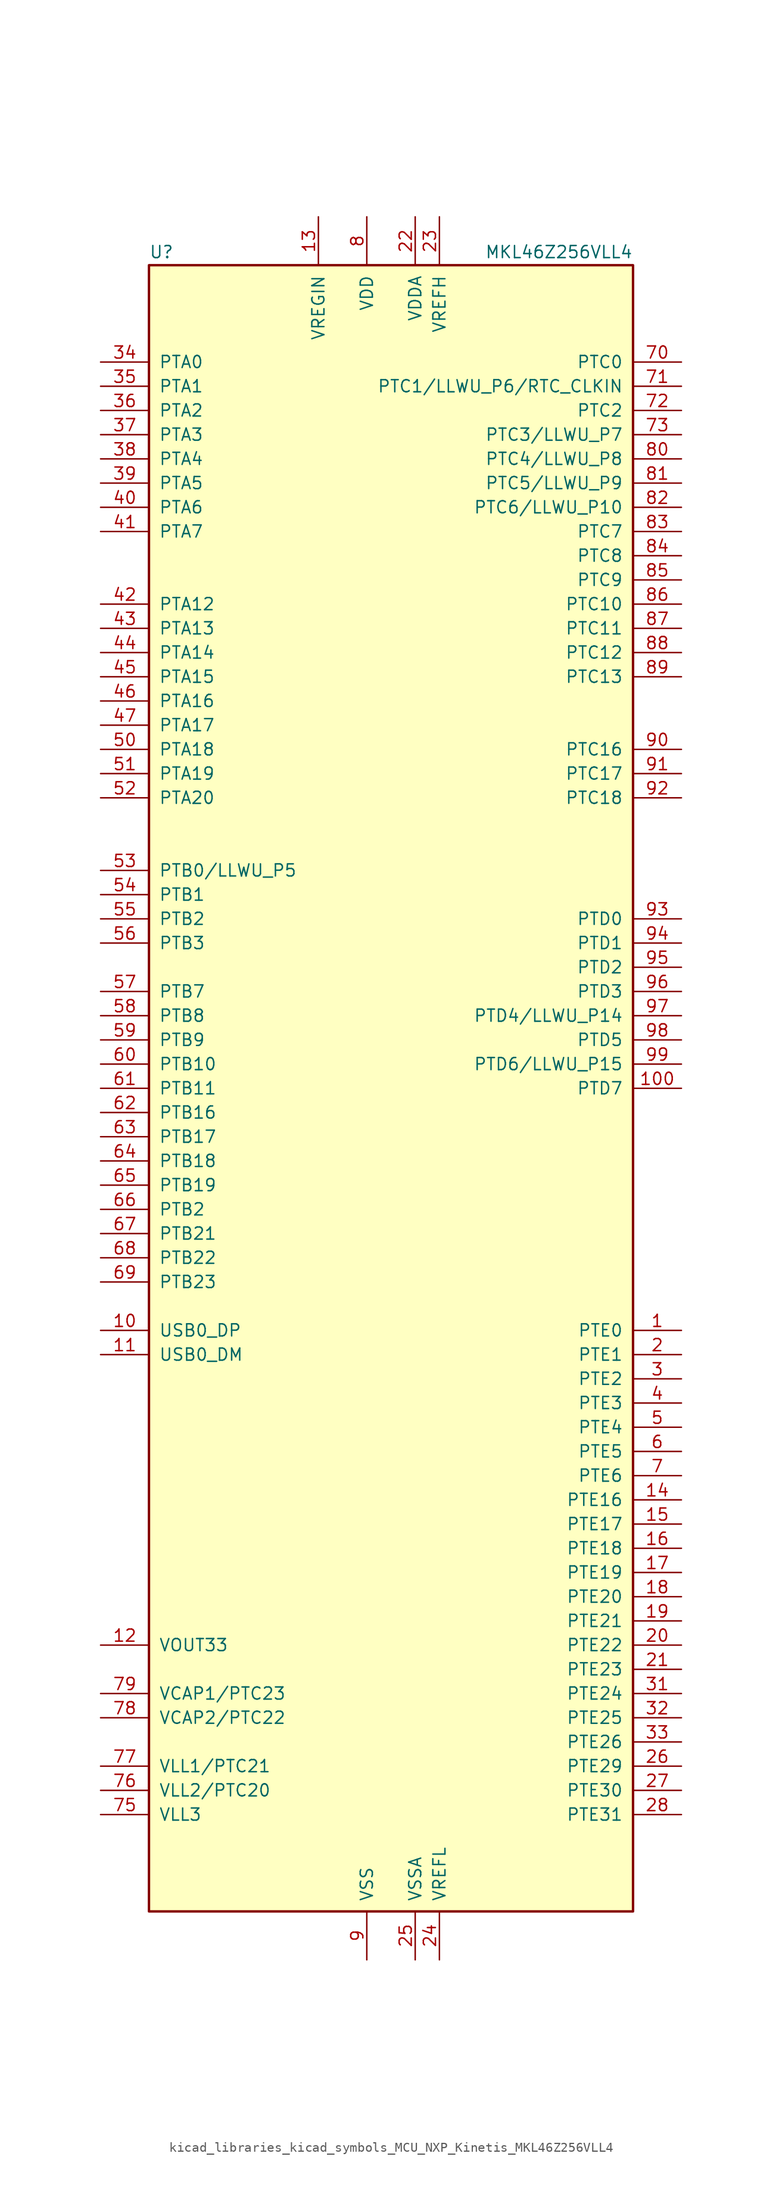
<source format=kicad_sym>
(kicad_symbol_lib
  (version 20220914)
  (generator kicad_symbol_editor)
  (symbol "kicad_libraries_kicad_symbols_MCU_NXP_Kinetis_MKL46Z256VLL4"
    (pin_names
      (offset 1.016))
    (property "Reference" "U"
      (at -25.4 86.995 0)
      (effects (font (size 1.27 1.27)) (justify left bottom)))
    (property "Value" "MKL46Z256VLL4"
      (at 25.4 86.995 0)
      (effects (font (size 1.27 1.27)) (justify right bottom)))
    (symbol "kicad_libraries_kicad_symbols_MCU_NXP_Kinetis_MKL46Z256VLL4_0_1"
      (rectangle (start -25.4 86.36) (end 25.4 -86.36) (stroke (width 0.254) (type default)) (fill (type background))))
    (symbol "kicad_libraries_kicad_symbols_MCU_NXP_Kinetis_MKL46Z256VLL4_1_1"
      (pin bidirectional line (at 30.48 -25.4 180) (length 5.08) (name "PTE0" (effects (font (size 1.27 1.27)))) (number "1" (effects (font (size 1.27 1.27)))))
      (pin bidirectional line (at -30.48 -25.4 0) (length 5.08) (name "USB0_DP" (effects (font (size 1.27 1.27)))) (number "10" (effects (font (size 1.27 1.27)))))
      (pin bidirectional line (at 30.48 0 180) (length 5.08) (name "PTD7" (effects (font (size 1.27 1.27)))) (number "100" (effects (font (size 1.27 1.27)))))
      (pin bidirectional line (at -30.48 -27.94 0) (length 5.08) (name "USB0_DM" (effects (font (size 1.27 1.27)))) (number "11" (effects (font (size 1.27 1.27)))))
      (pin power_out line (at -30.48 -58.42 0) (length 5.08) (name "VOUT33" (effects (font (size 1.27 1.27)))) (number "12" (effects (font (size 1.27 1.27)))))
      (pin power_in line (at -7.62 91.44 270) (length 5.08) (name "VREGIN" (effects (font (size 1.27 1.27)))) (number "13" (effects (font (size 1.27 1.27)))))
      (pin bidirectional line (at 30.48 -43.18 180) (length 5.08) (name "PTE16" (effects (font (size 1.27 1.27)))) (number "14" (effects (font (size 1.27 1.27)))))
      (pin bidirectional line (at 30.48 -45.72 180) (length 5.08) (name "PTE17" (effects (font (size 1.27 1.27)))) (number "15" (effects (font (size 1.27 1.27)))))
      (pin bidirectional line (at 30.48 -48.26 180) (length 5.08) (name "PTE18" (effects (font (size 1.27 1.27)))) (number "16" (effects (font (size 1.27 1.27)))))
      (pin bidirectional line (at 30.48 -50.8 180) (length 5.08) (name "PTE19" (effects (font (size 1.27 1.27)))) (number "17" (effects (font (size 1.27 1.27)))))
      (pin bidirectional line (at 30.48 -53.34 180) (length 5.08) (name "PTE20" (effects (font (size 1.27 1.27)))) (number "18" (effects (font (size 1.27 1.27)))))
      (pin bidirectional line (at 30.48 -55.88 180) (length 5.08) (name "PTE21" (effects (font (size 1.27 1.27)))) (number "19" (effects (font (size 1.27 1.27)))))
      (pin bidirectional line (at 30.48 -27.94 180) (length 5.08) (name "PTE1" (effects (font (size 1.27 1.27)))) (number "2" (effects (font (size 1.27 1.27)))))
      (pin bidirectional line (at 30.48 -58.42 180) (length 5.08) (name "PTE22" (effects (font (size 1.27 1.27)))) (number "20" (effects (font (size 1.27 1.27)))))
      (pin bidirectional line (at 30.48 -60.96 180) (length 5.08) (name "PTE23" (effects (font (size 1.27 1.27)))) (number "21" (effects (font (size 1.27 1.27)))))
      (pin power_in line (at 2.54 91.44 270) (length 5.08) (name "VDDA" (effects (font (size 1.27 1.27)))) (number "22" (effects (font (size 1.27 1.27)))))
      (pin power_in line (at 5.08 91.44 270) (length 5.08) (name "VREFH" (effects (font (size 1.27 1.27)))) (number "23" (effects (font (size 1.27 1.27)))))
      (pin power_in line (at 5.08 -91.44 90) (length 5.08) (name "VREFL" (effects (font (size 1.27 1.27)))) (number "24" (effects (font (size 1.27 1.27)))))
      (pin power_in line (at 2.54 -91.44 90) (length 5.08) (name "VSSA" (effects (font (size 1.27 1.27)))) (number "25" (effects (font (size 1.27 1.27)))))
      (pin bidirectional line (at 30.48 -71.12 180) (length 5.08) (name "PTE29" (effects (font (size 1.27 1.27)))) (number "26" (effects (font (size 1.27 1.27)))))
      (pin bidirectional line (at 30.48 -73.66 180) (length 5.08) (name "PTE30" (effects (font (size 1.27 1.27)))) (number "27" (effects (font (size 1.27 1.27)))))
      (pin bidirectional line (at 30.48 -76.2 180) (length 5.08) (name "PTE31" (effects (font (size 1.27 1.27)))) (number "28" (effects (font (size 1.27 1.27)))))
      (pin passive line (at -2.54 -91.44 90) (length 5.08) hide (name "VSS" (effects (font (size 1.27 1.27)))) (number "29" (effects (font (size 1.27 1.27)))))
      (pin bidirectional line (at 30.48 -30.48 180) (length 5.08) (name "PTE2" (effects (font (size 1.27 1.27)))) (number "3" (effects (font (size 1.27 1.27)))))
      (pin passive line (at -2.54 91.44 270) (length 5.08) hide (name "VDD" (effects (font (size 1.27 1.27)))) (number "30" (effects (font (size 1.27 1.27)))))
      (pin bidirectional line (at 30.48 -63.5 180) (length 5.08) (name "PTE24" (effects (font (size 1.27 1.27)))) (number "31" (effects (font (size 1.27 1.27)))))
      (pin bidirectional line (at 30.48 -66.04 180) (length 5.08) (name "PTE25" (effects (font (size 1.27 1.27)))) (number "32" (effects (font (size 1.27 1.27)))))
      (pin bidirectional line (at 30.48 -68.58 180) (length 5.08) (name "PTE26" (effects (font (size 1.27 1.27)))) (number "33" (effects (font (size 1.27 1.27)))))
      (pin bidirectional line (at -30.48 76.2 0) (length 5.08) (name "PTA0" (effects (font (size 1.27 1.27)))) (number "34" (effects (font (size 1.27 1.27)))))
      (pin bidirectional line (at -30.48 73.66 0) (length 5.08) (name "PTA1" (effects (font (size 1.27 1.27)))) (number "35" (effects (font (size 1.27 1.27)))))
      (pin bidirectional line (at -30.48 71.12 0) (length 5.08) (name "PTA2" (effects (font (size 1.27 1.27)))) (number "36" (effects (font (size 1.27 1.27)))))
      (pin bidirectional line (at -30.48 68.58 0) (length 5.08) (name "PTA3" (effects (font (size 1.27 1.27)))) (number "37" (effects (font (size 1.27 1.27)))))
      (pin bidirectional line (at -30.48 66.04 0) (length 5.08) (name "PTA4" (effects (font (size 1.27 1.27)))) (number "38" (effects (font (size 1.27 1.27)))))
      (pin bidirectional line (at -30.48 63.5 0) (length 5.08) (name "PTA5" (effects (font (size 1.27 1.27)))) (number "39" (effects (font (size 1.27 1.27)))))
      (pin bidirectional line (at 30.48 -33.02 180) (length 5.08) (name "PTE3" (effects (font (size 1.27 1.27)))) (number "4" (effects (font (size 1.27 1.27)))))
      (pin bidirectional line (at -30.48 60.96 0) (length 5.08) (name "PTA6" (effects (font (size 1.27 1.27)))) (number "40" (effects (font (size 1.27 1.27)))))
      (pin bidirectional line (at -30.48 58.42 0) (length 5.08) (name "PTA7" (effects (font (size 1.27 1.27)))) (number "41" (effects (font (size 1.27 1.27)))))
      (pin bidirectional line (at -30.48 50.8 0) (length 5.08) (name "PTA12" (effects (font (size 1.27 1.27)))) (number "42" (effects (font (size 1.27 1.27)))))
      (pin bidirectional line (at -30.48 48.26 0) (length 5.08) (name "PTA13" (effects (font (size 1.27 1.27)))) (number "43" (effects (font (size 1.27 1.27)))))
      (pin bidirectional line (at -30.48 45.72 0) (length 5.08) (name "PTA14" (effects (font (size 1.27 1.27)))) (number "44" (effects (font (size 1.27 1.27)))))
      (pin bidirectional line (at -30.48 43.18 0) (length 5.08) (name "PTA15" (effects (font (size 1.27 1.27)))) (number "45" (effects (font (size 1.27 1.27)))))
      (pin bidirectional line (at -30.48 40.64 0) (length 5.08) (name "PTA16" (effects (font (size 1.27 1.27)))) (number "46" (effects (font (size 1.27 1.27)))))
      (pin bidirectional line (at -30.48 38.1 0) (length 5.08) (name "PTA17" (effects (font (size 1.27 1.27)))) (number "47" (effects (font (size 1.27 1.27)))))
      (pin passive line (at -2.54 91.44 270) (length 5.08) hide (name "VDD" (effects (font (size 1.27 1.27)))) (number "48" (effects (font (size 1.27 1.27)))))
      (pin passive line (at -2.54 -91.44 90) (length 5.08) hide (name "VSS" (effects (font (size 1.27 1.27)))) (number "49" (effects (font (size 1.27 1.27)))))
      (pin bidirectional line (at 30.48 -35.56 180) (length 5.08) (name "PTE4" (effects (font (size 1.27 1.27)))) (number "5" (effects (font (size 1.27 1.27)))))
      (pin bidirectional line (at -30.48 35.56 0) (length 5.08) (name "PTA18" (effects (font (size 1.27 1.27)))) (number "50" (effects (font (size 1.27 1.27)))))
      (pin bidirectional line (at -30.48 33.02 0) (length 5.08) (name "PTA19" (effects (font (size 1.27 1.27)))) (number "51" (effects (font (size 1.27 1.27)))))
      (pin bidirectional line (at -30.48 30.48 0) (length 5.08) (name "PTA20" (effects (font (size 1.27 1.27)))) (number "52" (effects (font (size 1.27 1.27)))))
      (pin bidirectional line (at -30.48 22.86 0) (length 5.08) (name "PTB0/LLWU_P5" (effects (font (size 1.27 1.27)))) (number "53" (effects (font (size 1.27 1.27)))))
      (pin bidirectional line (at -30.48 20.32 0) (length 5.08) (name "PTB1" (effects (font (size 1.27 1.27)))) (number "54" (effects (font (size 1.27 1.27)))))
      (pin bidirectional line (at -30.48 17.78 0) (length 5.08) (name "PTB2" (effects (font (size 1.27 1.27)))) (number "55" (effects (font (size 1.27 1.27)))))
      (pin bidirectional line (at -30.48 15.24 0) (length 5.08) (name "PTB3" (effects (font (size 1.27 1.27)))) (number "56" (effects (font (size 1.27 1.27)))))
      (pin bidirectional line (at -30.48 10.16 0) (length 5.08) (name "PTB7" (effects (font (size 1.27 1.27)))) (number "57" (effects (font (size 1.27 1.27)))))
      (pin bidirectional line (at -30.48 7.62 0) (length 5.08) (name "PTB8" (effects (font (size 1.27 1.27)))) (number "58" (effects (font (size 1.27 1.27)))))
      (pin bidirectional line (at -30.48 5.08 0) (length 5.08) (name "PTB9" (effects (font (size 1.27 1.27)))) (number "59" (effects (font (size 1.27 1.27)))))
      (pin bidirectional line (at 30.48 -38.1 180) (length 5.08) (name "PTE5" (effects (font (size 1.27 1.27)))) (number "6" (effects (font (size 1.27 1.27)))))
      (pin bidirectional line (at -30.48 2.54 0) (length 5.08) (name "PTB10" (effects (font (size 1.27 1.27)))) (number "60" (effects (font (size 1.27 1.27)))))
      (pin bidirectional line (at -30.48 0 0) (length 5.08) (name "PTB11" (effects (font (size 1.27 1.27)))) (number "61" (effects (font (size 1.27 1.27)))))
      (pin bidirectional line (at -30.48 -2.54 0) (length 5.08) (name "PTB16" (effects (font (size 1.27 1.27)))) (number "62" (effects (font (size 1.27 1.27)))))
      (pin bidirectional line (at -30.48 -5.08 0) (length 5.08) (name "PTB17" (effects (font (size 1.27 1.27)))) (number "63" (effects (font (size 1.27 1.27)))))
      (pin bidirectional line (at -30.48 -7.62 0) (length 5.08) (name "PTB18" (effects (font (size 1.27 1.27)))) (number "64" (effects (font (size 1.27 1.27)))))
      (pin bidirectional line (at -30.48 -10.16 0) (length 5.08) (name "PTB19" (effects (font (size 1.27 1.27)))) (number "65" (effects (font (size 1.27 1.27)))))
      (pin bidirectional line (at -30.48 -12.7 0) (length 5.08) (name "PTB2" (effects (font (size 1.27 1.27)))) (number "66" (effects (font (size 1.27 1.27)))))
      (pin bidirectional line (at -30.48 -15.24 0) (length 5.08) (name "PTB21" (effects (font (size 1.27 1.27)))) (number "67" (effects (font (size 1.27 1.27)))))
      (pin bidirectional line (at -30.48 -17.78 0) (length 5.08) (name "PTB22" (effects (font (size 1.27 1.27)))) (number "68" (effects (font (size 1.27 1.27)))))
      (pin bidirectional line (at -30.48 -20.32 0) (length 5.08) (name "PTB23" (effects (font (size 1.27 1.27)))) (number "69" (effects (font (size 1.27 1.27)))))
      (pin bidirectional line (at 30.48 -40.64 180) (length 5.08) (name "PTE6" (effects (font (size 1.27 1.27)))) (number "7" (effects (font (size 1.27 1.27)))))
      (pin bidirectional line (at 30.48 76.2 180) (length 5.08) (name "PTC0" (effects (font (size 1.27 1.27)))) (number "70" (effects (font (size 1.27 1.27)))))
      (pin bidirectional line (at 30.48 73.66 180) (length 5.08) (name "PTC1/LLWU_P6/RTC_CLKIN" (effects (font (size 1.27 1.27)))) (number "71" (effects (font (size 1.27 1.27)))))
      (pin bidirectional line (at 30.48 71.12 180) (length 5.08) (name "PTC2" (effects (font (size 1.27 1.27)))) (number "72" (effects (font (size 1.27 1.27)))))
      (pin bidirectional line (at 30.48 68.58 180) (length 5.08) (name "PTC3/LLWU_P7" (effects (font (size 1.27 1.27)))) (number "73" (effects (font (size 1.27 1.27)))))
      (pin passive line (at -2.54 -91.44 90) (length 5.08) hide (name "VSS" (effects (font (size 1.27 1.27)))) (number "74" (effects (font (size 1.27 1.27)))))
      (pin power_out line (at -30.48 -76.2 0) (length 5.08) (name "VLL3" (effects (font (size 1.27 1.27)))) (number "75" (effects (font (size 1.27 1.27)))))
      (pin power_out line (at -30.48 -73.66 0) (length 5.08) (name "VLL2/PTC20" (effects (font (size 1.27 1.27)))) (number "76" (effects (font (size 1.27 1.27)))))
      (pin power_out line (at -30.48 -71.12 0) (length 5.08) (name "VLL1/PTC21" (effects (font (size 1.27 1.27)))) (number "77" (effects (font (size 1.27 1.27)))))
      (pin passive line (at -30.48 -66.04 0) (length 5.08) (name "VCAP2/PTC22" (effects (font (size 1.27 1.27)))) (number "78" (effects (font (size 1.27 1.27)))))
      (pin passive line (at -30.48 -63.5 0) (length 5.08) (name "VCAP1/PTC23" (effects (font (size 1.27 1.27)))) (number "79" (effects (font (size 1.27 1.27)))))
      (pin power_in line (at -2.54 91.44 270) (length 5.08) (name "VDD" (effects (font (size 1.27 1.27)))) (number "8" (effects (font (size 1.27 1.27)))))
      (pin bidirectional line (at 30.48 66.04 180) (length 5.08) (name "PTC4/LLWU_P8" (effects (font (size 1.27 1.27)))) (number "80" (effects (font (size 1.27 1.27)))))
      (pin bidirectional line (at 30.48 63.5 180) (length 5.08) (name "PTC5/LLWU_P9" (effects (font (size 1.27 1.27)))) (number "81" (effects (font (size 1.27 1.27)))))
      (pin bidirectional line (at 30.48 60.96 180) (length 5.08) (name "PTC6/LLWU_P10" (effects (font (size 1.27 1.27)))) (number "82" (effects (font (size 1.27 1.27)))))
      (pin bidirectional line (at 30.48 58.42 180) (length 5.08) (name "PTC7" (effects (font (size 1.27 1.27)))) (number "83" (effects (font (size 1.27 1.27)))))
      (pin bidirectional line (at 30.48 55.88 180) (length 5.08) (name "PTC8" (effects (font (size 1.27 1.27)))) (number "84" (effects (font (size 1.27 1.27)))))
      (pin bidirectional line (at 30.48 53.34 180) (length 5.08) (name "PTC9" (effects (font (size 1.27 1.27)))) (number "85" (effects (font (size 1.27 1.27)))))
      (pin bidirectional line (at 30.48 50.8 180) (length 5.08) (name "PTC10" (effects (font (size 1.27 1.27)))) (number "86" (effects (font (size 1.27 1.27)))))
      (pin bidirectional line (at 30.48 48.26 180) (length 5.08) (name "PTC11" (effects (font (size 1.27 1.27)))) (number "87" (effects (font (size 1.27 1.27)))))
      (pin bidirectional line (at 30.48 45.72 180) (length 5.08) (name "PTC12" (effects (font (size 1.27 1.27)))) (number "88" (effects (font (size 1.27 1.27)))))
      (pin bidirectional line (at 30.48 43.18 180) (length 5.08) (name "PTC13" (effects (font (size 1.27 1.27)))) (number "89" (effects (font (size 1.27 1.27)))))
      (pin power_in line (at -2.54 -91.44 90) (length 5.08) (name "VSS" (effects (font (size 1.27 1.27)))) (number "9" (effects (font (size 1.27 1.27)))))
      (pin bidirectional line (at 30.48 35.56 180) (length 5.08) (name "PTC16" (effects (font (size 1.27 1.27)))) (number "90" (effects (font (size 1.27 1.27)))))
      (pin bidirectional line (at 30.48 33.02 180) (length 5.08) (name "PTC17" (effects (font (size 1.27 1.27)))) (number "91" (effects (font (size 1.27 1.27)))))
      (pin bidirectional line (at 30.48 30.48 180) (length 5.08) (name "PTC18" (effects (font (size 1.27 1.27)))) (number "92" (effects (font (size 1.27 1.27)))))
      (pin bidirectional line (at 30.48 17.78 180) (length 5.08) (name "PTD0" (effects (font (size 1.27 1.27)))) (number "93" (effects (font (size 1.27 1.27)))))
      (pin bidirectional line (at 30.48 15.24 180) (length 5.08) (name "PTD1" (effects (font (size 1.27 1.27)))) (number "94" (effects (font (size 1.27 1.27)))))
      (pin bidirectional line (at 30.48 12.7 180) (length 5.08) (name "PTD2" (effects (font (size 1.27 1.27)))) (number "95" (effects (font (size 1.27 1.27)))))
      (pin bidirectional line (at 30.48 10.16 180) (length 5.08) (name "PTD3" (effects (font (size 1.27 1.27)))) (number "96" (effects (font (size 1.27 1.27)))))
      (pin bidirectional line (at 30.48 7.62 180) (length 5.08) (name "PTD4/LLWU_P14" (effects (font (size 1.27 1.27)))) (number "97" (effects (font (size 1.27 1.27)))))
      (pin bidirectional line (at 30.48 5.08 180) (length 5.08) (name "PTD5" (effects (font (size 1.27 1.27)))) (number "98" (effects (font (size 1.27 1.27)))))
      (pin bidirectional line (at 30.48 2.54 180) (length 5.08) (name "PTD6/LLWU_P15" (effects (font (size 1.27 1.27)))) (number "99" (effects (font (size 1.27 1.27))))))))
</source>
